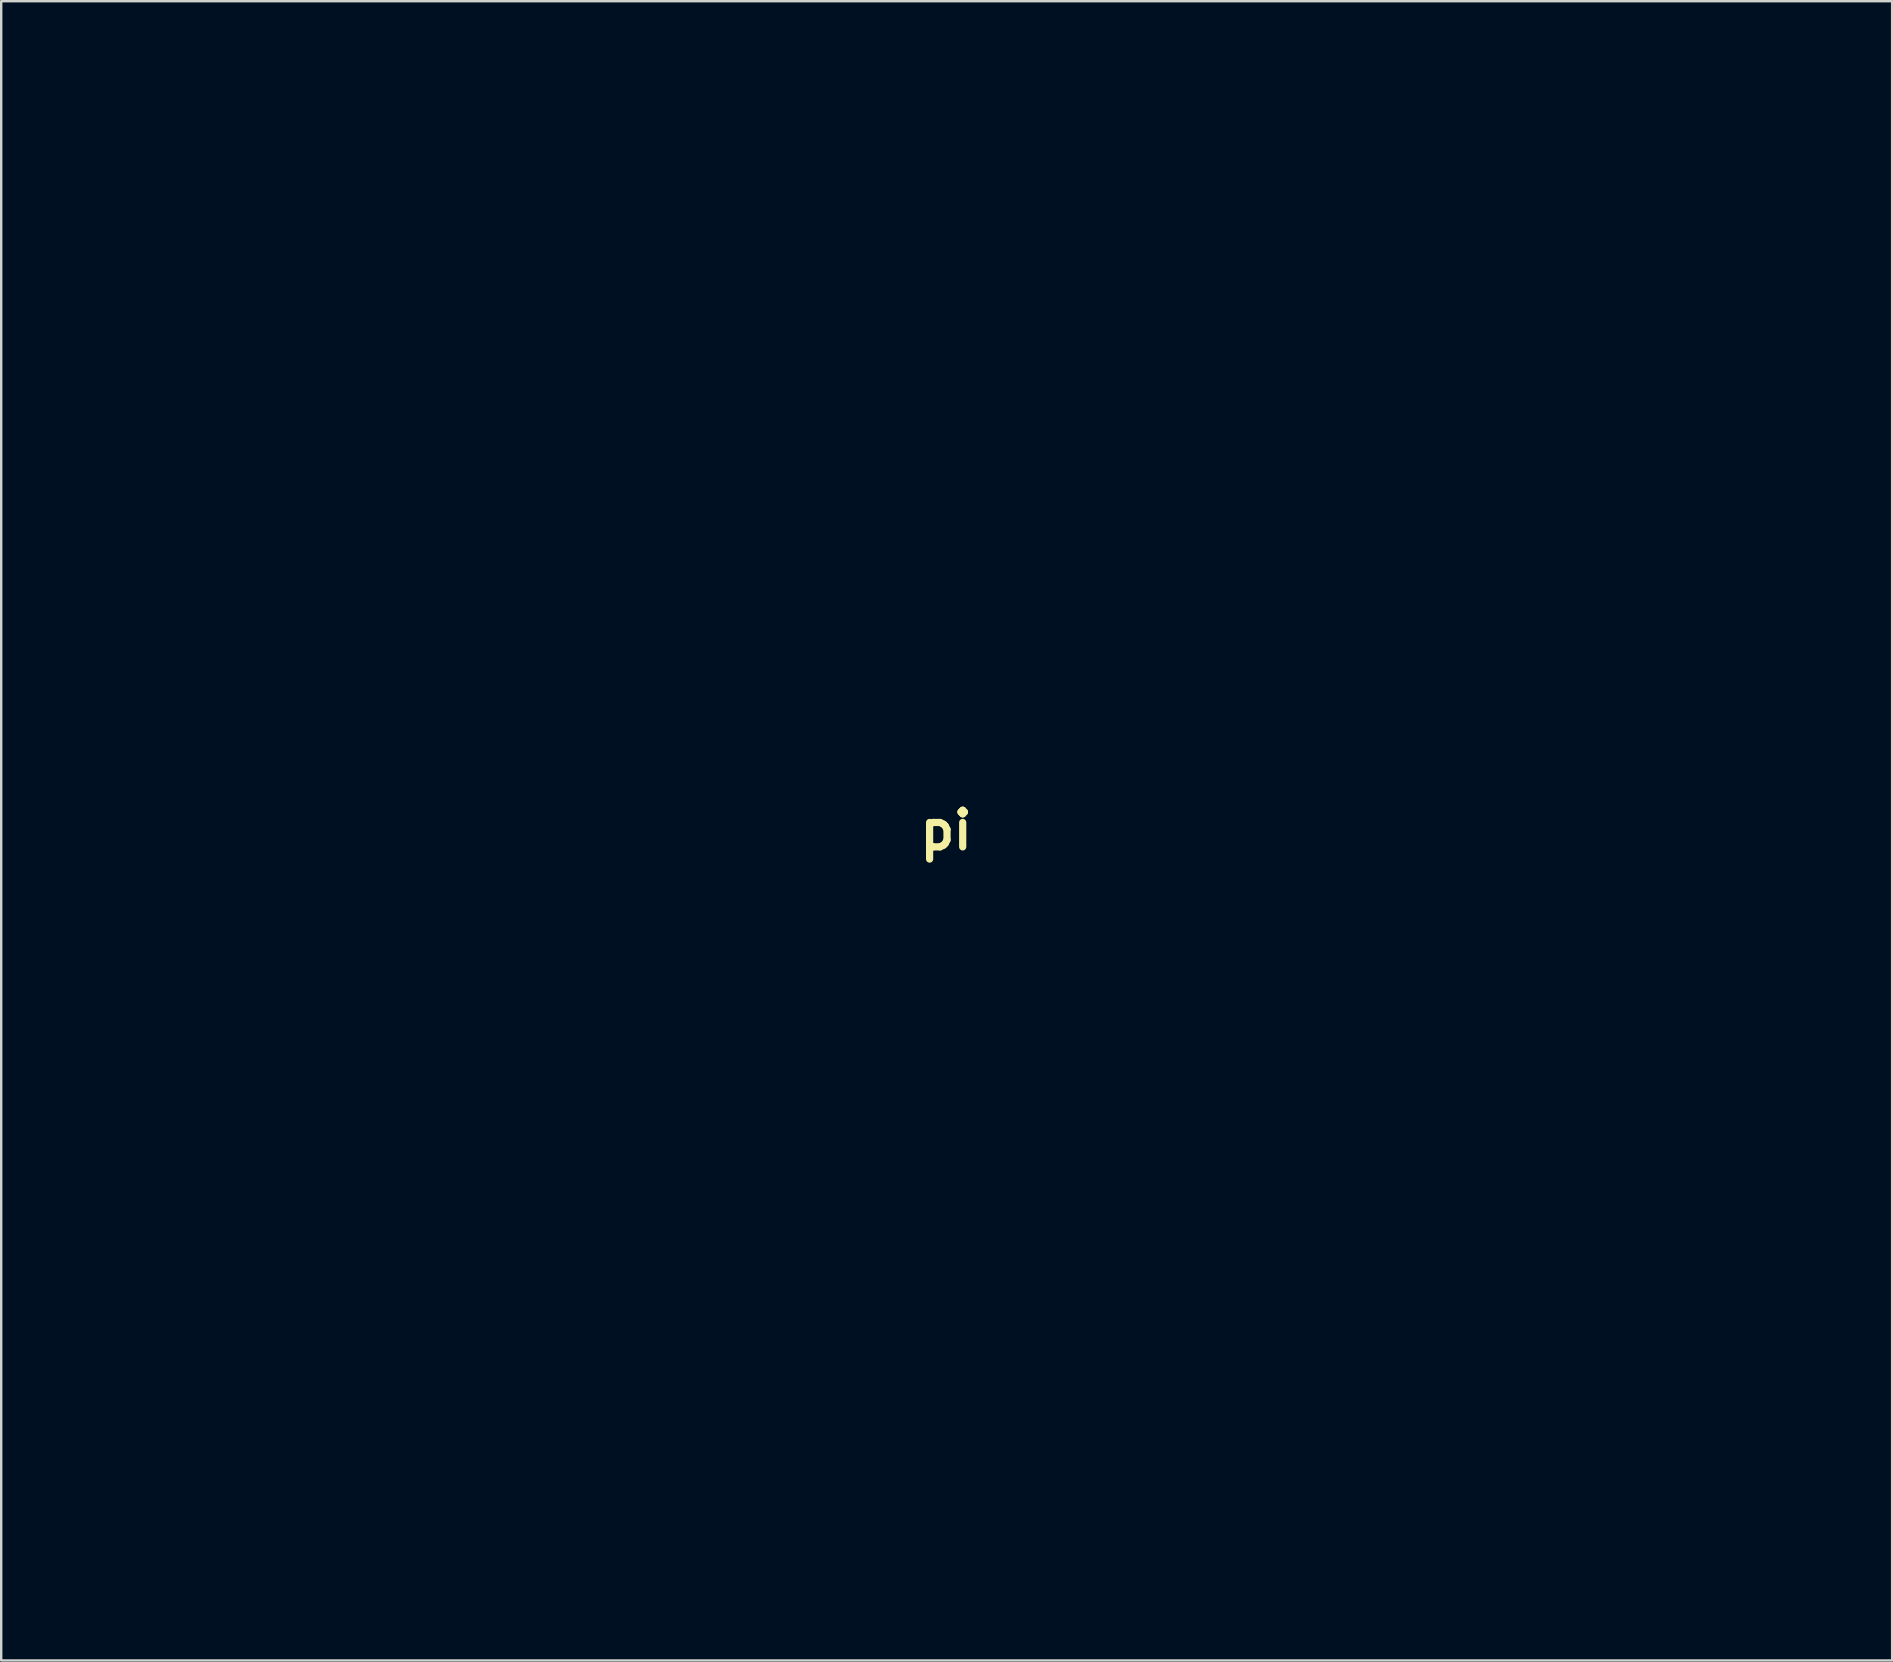
<source format=kicad_pcb>
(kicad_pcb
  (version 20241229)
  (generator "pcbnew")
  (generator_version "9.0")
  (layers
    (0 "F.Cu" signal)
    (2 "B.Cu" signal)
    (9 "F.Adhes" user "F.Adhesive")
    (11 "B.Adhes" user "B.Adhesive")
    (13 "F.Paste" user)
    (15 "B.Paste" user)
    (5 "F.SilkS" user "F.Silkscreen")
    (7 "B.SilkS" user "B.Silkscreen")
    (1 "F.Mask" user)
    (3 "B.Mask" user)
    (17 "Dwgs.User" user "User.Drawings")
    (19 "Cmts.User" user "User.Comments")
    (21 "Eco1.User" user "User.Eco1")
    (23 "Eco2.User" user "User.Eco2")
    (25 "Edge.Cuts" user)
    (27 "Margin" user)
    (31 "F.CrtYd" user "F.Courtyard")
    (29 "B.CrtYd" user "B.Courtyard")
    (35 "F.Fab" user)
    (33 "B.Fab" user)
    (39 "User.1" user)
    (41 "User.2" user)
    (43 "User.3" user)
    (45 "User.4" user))
  (footprint "pi"
    (layer "F.Cu")
    (at 36.369 31.543)
    (property "Reference" "pi" (at 0 0 0) (layer "F.SilkS") (effects (font (size 1.524 1.524) (thickness 0.3))))
    (attr through_hole)
    (fp_poly (pts (xy -13.95 -12.284) (xy -13.828 -12.137) (xy -13.815 -11.973) (xy -13.91 -11.812) (xy -14.083 -11.689) (xy -14.259 -11.651) (xy -14.288 -11.659) (xy -14.451 -11.799) (xy -14.507 -11.98) (xy -14.224 -11.98) (xy -14.182 -11.938) (xy -14.139 -11.98) (xy -14.182 -12.023) (xy -14.224 -11.98) (xy -14.507 -11.98) (xy -14.517 -12.014) (xy -14.478 -12.192) (xy -14.33 -12.33) (xy -14.135 -12.355) (xy -13.95 -12.284)) (stroke (width 0.01) (type solid)) (fill no) (layer "Eco2.User"))
    (fp_poly (pts (xy 32.639 -18.5) (xy 29.822 -18.477) (xy 29.03 -18.472) (xy 28.392 -18.471) (xy 27.894 -18.474) (xy 27.519 -18.483) (xy 27.253 -18.496) (xy 27.082 -18.516) (xy 26.989 -18.542) (xy 26.961 -18.567) (xy 26.947 -18.69) (xy 26.939 -18.946) (xy 26.936 -19.3) (xy 26.941 -19.716) (xy 26.943 -19.774) (xy 26.96 -20.574) (xy 27.263 -20.574) (xy 27.263 -18.796) (xy 32.343 -18.796) (xy 32.343 -20.574) (xy 27.263 -20.574) (xy 26.96 -20.574) (xy 26.966 -20.87) (xy 32.639 -20.87) (xy 32.639 -18.5)) (stroke (width 0.01) (type solid)) (fill no) (layer "Eco2.User"))
    (fp_poly (pts (xy -7.303 -12.764) (xy 0.381 -12.742) (xy 0.381 2.498) (xy -7.246 2.519) (xy -8.367 2.522) (xy -9.441 2.523) (xy -10.454 2.523) (xy -11.394 2.522) (xy -12.249 2.519) (xy -13.008 2.516) (xy -13.658 2.511) (xy -14.187 2.506) (xy -14.584 2.5) (xy -14.835 2.492) (xy -14.929 2.484) (xy -14.929 2.484) (xy -14.937 2.393) (xy -14.945 2.144) (xy -14.953 1.751) (xy -14.96 1.224) (xy -14.966 0.576) (xy -14.972 -0.18) (xy -14.977 -1.034) (xy -14.981 -1.972) (xy -14.984 -2.983) (xy -14.985 -4.055) (xy -14.986 -5.175) (xy -14.986 -12.446) (xy -14.647 -12.446) (xy -14.647 2.201) (xy 0.085 2.201) (xy 0.085 -12.446) (xy -14.647 -12.446) (xy -14.986 -12.446) (xy -14.986 -12.786) (xy -7.303 -12.764)) (stroke (width 0.01) (type solid)) (fill no) (layer "Eco2.User"))
    (fp_poly (pts (xy 26.077 -24.807) (xy -1.298 -24.807) (xy -3.441 -24.808) (xy -5.54 -24.808) (xy -7.589 -24.809) (xy -9.582 -24.81) (xy -11.513 -24.811) (xy -13.374 -24.813) (xy -15.161 -24.815) (xy -16.865 -24.817) (xy -18.482 -24.82) (xy -20.005 -24.823) (xy -21.427 -24.826) (xy -22.742 -24.829) (xy -23.944 -24.832) (xy -25.027 -24.836) (xy -25.984 -24.839) (xy -26.809 -24.843) (xy -27.495 -24.847) (xy -28.037 -24.851) (xy -28.427 -24.856) (xy -28.66 -24.86) (xy -28.73 -24.864) (xy -28.744 -24.959) (xy -28.756 -25.203) (xy -28.767 -25.576) (xy -28.776 -26.058) (xy -28.782 -26.627) (xy -28.786 -27.264) (xy -28.787 -27.7) (xy -28.787 -30.141) (xy -28.448 -30.141) (xy -28.448 -25.146) (xy 25.739 -25.146) (xy 25.739 -30.141) (xy -28.448 -30.141) (xy -28.787 -30.141) (xy -28.787 -30.48) (xy 26.077 -30.48) (xy 26.077 -24.807)) (stroke (width 0.01) (type solid)) (fill no) (layer "Eco2.User"))
    (fp_poly (pts (xy -31.941 -13.527) (xy -30.268 -13.504) (xy -30.247 -1.333) (xy -30.225 10.837) (xy -31.863 10.837) (xy -32.373 10.835) (xy -32.824 10.827) (xy -33.189 10.815) (xy -33.442 10.8) (xy -33.554 10.783) (xy -33.556 10.781) (xy -33.573 10.683) (xy -33.588 10.442) (xy -33.6 10.082) (xy -33.608 9.631) (xy -33.612 9.113) (xy -33.613 8.937) (xy -33.613 7.15) (xy -34.205 6.562) (xy -34.798 5.974) (xy -34.798 -8.514) (xy -34.459 -8.514) (xy -34.459 5.804) (xy -33.867 6.392) (xy -33.274 6.98) (xy -33.274 10.499) (xy -30.565 10.499) (xy -30.565 7.451) (xy -30.983 7.451) (xy -31.235 7.436) (xy -31.409 7.399) (xy -31.45 7.372) (xy -31.457 7.278) (xy -31.463 7.026) (xy -31.469 6.628) (xy -31.475 6.094) (xy -31.48 5.437) (xy -31.485 4.666) (xy -31.489 3.795) (xy -31.493 2.833) (xy -31.495 1.793) (xy -31.497 0.685) (xy -31.498 -0.478) (xy -31.499 -1.37) (xy -31.499 -9.737) (xy -31.242 -9.737) (xy -31.242 -1.369) (xy -31.241 -0.193) (xy -31.24 0.935) (xy -31.237 2.004) (xy -31.234 3.001) (xy -31.229 3.916) (xy -31.224 4.737) (xy -31.218 5.452) (xy -31.212 6.05) (xy -31.205 6.519) (xy -31.198 6.849) (xy -31.19 7.027) (xy -31.186 7.056) (xy -31.069 7.094) (xy -30.864 7.112) (xy -30.847 7.112) (xy -30.565 7.112) (xy -30.565 -9.737) (xy -31.242 -9.737) (xy -31.499 -9.737) (xy -31.499 -10.033) (xy -31.032 -10.058) (xy -30.565 -10.084) (xy -30.565 -13.208) (xy -33.274 -13.208) (xy -33.274 -9.69) (xy -33.867 -9.102) (xy -34.459 -8.514) (xy -34.798 -8.514) (xy -34.798 -8.62) (xy -34.205 -9.192) (xy -33.613 -9.764) (xy -33.613 -13.55) (xy -31.941 -13.527)) (stroke (width 0.01) (type solid)) (fill no) (layer "Eco2.User"))
    (fp_poly (pts (xy 1.349 -31.538) (xy 3.973 -31.538) (xy 6.438 -31.538) (xy 8.748 -31.538) (xy 10.91 -31.537) (xy 12.927 -31.537) (xy 14.806 -31.536) (xy 16.55 -31.535) (xy 18.166 -31.534) (xy 19.657 -31.532) (xy 21.03 -31.531) (xy 22.289 -31.529) (xy 23.44 -31.526) (xy 24.487 -31.524) (xy 25.435 -31.521) (xy 26.29 -31.517) (xy 27.056 -31.514) (xy 27.739 -31.509) (xy 28.343 -31.505) (xy 28.874 -31.499) (xy 29.337 -31.494) (xy 29.737 -31.487) (xy 30.078 -31.481) (xy 30.367 -31.473) (xy 30.607 -31.465) (xy 30.804 -31.457) (xy 30.964 -31.447) (xy 31.09 -31.437) (xy 31.189 -31.427) (xy 31.265 -31.415) (xy 31.323 -31.403) (xy 31.369 -31.391) (xy 31.382 -31.386) (xy 32.068 -31.06) (xy 32.657 -30.6) (xy 33.134 -30.022) (xy 33.458 -29.401) (xy 33.655 -28.914) (xy 33.679 -20.637) (xy 33.702 -12.361) (xy 35.56 -12.361) (xy 35.56 -12.573) (xy 35.899 -12.573) (xy 35.928 -12.414) (xy 35.983 -12.361) (xy 36.047 -12.434) (xy 36.068 -12.573) (xy 36.039 -12.732) (xy 35.983 -12.785) (xy 35.92 -12.712) (xy 35.899 -12.573) (xy 35.56 -12.573) (xy 35.56 -13.123) (xy 36.407 -13.123) (xy 36.407 2.963) (xy 35.56 2.963) (xy 35.56 2.371) (xy 35.899 2.371) (xy 35.923 2.549) (xy 35.982 2.625) (xy 35.983 2.625) (xy 36.043 2.551) (xy 36.068 2.374) (xy 36.068 2.371) (xy 36.043 2.192) (xy 35.984 2.117) (xy 35.983 2.117) (xy 35.924 2.19) (xy 35.899 2.368) (xy 35.899 2.371) (xy 35.56 2.371) (xy 35.56 2.117) (xy 33.697 2.117) (xy 33.697 13.874) (xy 33.697 15.709) (xy 33.695 17.405) (xy 33.692 18.959) (xy 33.687 20.367) (xy 33.682 21.628) (xy 33.675 22.739) (xy 33.667 23.696) (xy 33.658 24.497) (xy 33.648 25.14) (xy 33.637 25.622) (xy 33.624 25.939) (xy 33.611 26.087) (xy 33.403 26.77) (xy 33.055 27.401) (xy 32.592 27.947) (xy 32.037 28.378) (xy 31.837 28.489) (xy 31.583 28.607) (xy 31.319 28.704) (xy 31.026 28.782) (xy 30.684 28.843) (xy 30.274 28.888) (xy 29.778 28.92) (xy 29.174 28.94) (xy 28.445 28.952) (xy 27.571 28.956) (xy 27.34 28.956) (xy 24.553 28.956) (xy 24.553 31.581) (xy 21.218 31.581) (xy 20.371 31.58) (xy 19.679 31.578) (xy 19.124 31.574) (xy 18.693 31.566) (xy 18.37 31.556) (xy 18.138 31.541) (xy 17.984 31.522) (xy 17.891 31.497) (xy 17.844 31.467) (xy 17.831 31.447) (xy 17.813 31.316) (xy 17.797 31.052) (xy 17.786 30.688) (xy 17.78 30.261) (xy 17.78 30.134) (xy 17.78 28.956) (xy 18.119 28.956) (xy 18.119 31.242) (xy 24.299 31.242) (xy 24.299 28.956) (xy 18.119 28.956) (xy 17.78 28.956) (xy 6.096 28.956) (xy 6.096 29.671) (xy 6.087 30.002) (xy 6.064 30.265) (xy 6.031 30.416) (xy 6.017 30.434) (xy 5.923 30.441) (xy 5.671 30.448) (xy 5.274 30.454) (xy 4.743 30.46) (xy 4.091 30.466) (xy 3.329 30.47) (xy 2.469 30.474) (xy 1.523 30.478) (xy 0.503 30.48) (xy -0.578 30.482) (xy -1.71 30.483) (xy -1.92 30.483) (xy -9.779 30.483) (xy -9.803 29.72) (xy -9.828 28.956) (xy -9.483 28.956) (xy -9.483 30.227) (xy 5.715 30.184) (xy 5.74 29.57) (xy 5.765 28.956) (xy -9.483 28.956) (xy -9.828 28.956) (xy -15.243 28.956) (xy -16.354 28.956) (xy -17.306 28.958) (xy -18.112 28.961) (xy -18.783 28.965) (xy -19.33 28.972) (xy -19.765 28.98) (xy -20.099 28.991) (xy -20.344 29.004) (xy -20.51 29.02) (xy -20.61 29.039) (xy -20.654 29.062) (xy -20.659 29.074) (xy -20.59 29.204) (xy -20.527 29.242) (xy -20.448 29.318) (xy -20.417 29.489) (xy -20.421 29.738) (xy -20.447 30.184) (xy -29.337 30.184) (xy -29.363 29.732) (xy -29.363 29.718) (xy -29.041 29.718) (xy -29.037 29.757) (xy -29.017 29.789) (xy -28.967 29.815) (xy -28.873 29.836) (xy -28.72 29.853) (xy -28.495 29.866) (xy -28.184 29.875) (xy -27.773 29.881) (xy -27.248 29.884) (xy -26.595 29.886) (xy -25.8 29.887) (xy -24.892 29.887) (xy -23.948 29.887) (xy -23.159 29.886) (xy -22.511 29.884) (xy -21.991 29.88) (xy -21.585 29.874) (xy -21.278 29.865) (xy -21.056 29.852) (xy -20.906 29.836) (xy -20.814 29.814) (xy -20.765 29.788) (xy -20.746 29.755) (xy -20.743 29.718) (xy -20.747 29.679) (xy -20.767 29.647) (xy -20.817 29.621) (xy -20.911 29.6) (xy -21.064 29.583) (xy -21.289 29.57) (xy -21.6 29.561) (xy -22.011 29.555) (xy -22.536 29.552) (xy -23.189 29.55) (xy -23.984 29.549) (xy -24.892 29.549) (xy -25.836 29.549) (xy -26.625 29.55) (xy -27.273 29.552) (xy -27.793 29.556) (xy -28.199 29.562) (xy -28.506 29.571) (xy -28.728 29.584) (xy -28.878 29.6) (xy -28.97 29.622) (xy -29.019 29.648) (xy -29.038 29.681) (xy -29.041 29.718) (xy -29.363 29.718) (xy -29.37 29.465) (xy -29.343 29.321) (xy -29.268 29.253) (xy -29.215 29.236) (xy -29.075 29.151) (xy -29.045 29.083) (xy -28.702 29.083) (xy -28.685 29.113) (xy -28.627 29.138) (xy -28.511 29.159) (xy -28.326 29.175) (xy -28.056 29.188) (xy -27.688 29.197) (xy -27.208 29.203) (xy -26.602 29.207) (xy -25.856 29.209) (xy -24.956 29.21) (xy -24.85 29.21) (xy -23.932 29.209) (xy -23.171 29.208) (xy -22.55 29.204) (xy -22.057 29.198) (xy -21.678 29.189) (xy -21.398 29.177) (xy -21.204 29.161) (xy -21.082 29.141) (xy -21.018 29.116) (xy -20.998 29.087) (xy -20.997 29.083) (xy -21.014 29.053) (xy -21.073 29.028) (xy -21.188 29.007) (xy -21.374 28.991) (xy -21.643 28.978) (xy -22.011 28.969) (xy -22.491 28.963) (xy -23.097 28.959) (xy -23.843 28.957) (xy -24.743 28.956) (xy -24.85 28.956) (xy -25.767 28.957) (xy -26.529 28.958) (xy -27.149 28.962) (xy -27.642 28.968) (xy -28.021 28.977) (xy -28.301 28.989) (xy -28.495 29.005) (xy -28.617 29.025) (xy -28.681 29.05) (xy -28.702 29.079) (xy -28.702 29.083) (xy -29.045 29.083) (xy -29.041 29.073) (xy -29.067 29.035) (xy -29.159 29.005) (xy -29.333 28.984) (xy -29.61 28.969) (xy -30.007 28.961) (xy -30.543 28.957) (xy -30.982 28.956) (xy -31.874 28.948) (xy -32.618 28.92) (xy -33.238 28.868) (xy -33.753 28.785) (xy -34.187 28.668) (xy -34.305 28.618) (xy -9.483 28.618) (xy -1.884 28.597) (xy 5.715 28.575) (xy 5.715 17.484) (xy -1.884 17.462) (xy -9.483 17.44) (xy -9.483 28.618) (xy -34.305 28.618) (xy -34.561 28.511) (xy -34.896 28.308) (xy -35.214 28.055) (xy -35.351 27.93) (xy -35.788 27.43) (xy -36.092 26.93) (xy -36.364 26.374) (xy -36.364 20.701) (xy -35.306 20.701) (xy -35.264 20.743) (xy -35.221 20.701) (xy -35.264 20.659) (xy -35.306 20.701) (xy -36.364 20.701) (xy -36.364 20.235) (xy -35.702 20.235) (xy -35.698 20.468) (xy -35.686 20.572) (xy -35.67 20.527) (xy -35.668 20.511) (xy -35.654 20.214) (xy -35.668 19.96) (xy -35.685 19.897) (xy -35.306 19.897) (xy -35.275 19.966) (xy -35.25 19.953) (xy -35.239 19.853) (xy -35.25 19.84) (xy -35.3 19.852) (xy -35.306 19.897) (xy -35.685 19.897) (xy -35.685 19.896) (xy -35.697 19.983) (xy -35.702 20.201) (xy -35.702 20.235) (xy -36.364 20.235) (xy -36.364 16.806) (xy -35.306 16.806) (xy -35.264 16.849) (xy -35.221 16.806) (xy -35.264 16.764) (xy -35.306 16.806) (xy -36.364 16.806) (xy -36.364 16.383) (xy -35.702 16.383) (xy -35.698 16.63) (xy -35.687 16.752) (xy -35.672 16.73) (xy -35.668 16.702) (xy -35.654 16.422) (xy -35.666 16.121) (xy -35.668 16.11) (xy -35.683 16.03) (xy -35.695 16.102) (xy -35.701 16.311) (xy -35.702 16.383) (xy -36.364 16.383) (xy -36.364 16.002) (xy -35.306 16.002) (xy -35.275 16.072) (xy -35.25 16.058) (xy -35.239 15.958) (xy -35.25 15.946) (xy -35.3 15.957) (xy -35.306 16.002) (xy -36.364 16.002) (xy -36.364 15.651) (xy -36.069 15.651) (xy -35.812 15.523) (xy -35.579 15.447) (xy -35.265 15.396) (xy -35.07 15.382) (xy -34.586 15.371) (xy -34.586 17.399) (xy -34.983 17.425) (xy -35.478 17.377) (xy -35.724 17.284) (xy -36.068 17.118) (xy -36.068 19.555) (xy -35.762 19.383) (xy -35.446 19.26) (xy -35.073 19.234) (xy -35.021 19.236) (xy -34.586 19.262) (xy -34.586 21.29) (xy -35.085 21.278) (xy -35.413 21.25) (xy -35.613 21.189) (xy -35.655 21.153) (xy -35.716 21.095) (xy -35.728 21.12) (xy -35.775 21.141) (xy -35.831 21.099) (xy -35.957 21.01) (xy -36.004 20.997) (xy -36.02 21.079) (xy -36.034 21.309) (xy -36.045 21.668) (xy -36.051 22.136) (xy -36.054 22.691) (xy -36.053 23.315) (xy -36.05 23.643) (xy -36.026 26.289) (xy -35.803 26.765) (xy -35.431 27.38) (xy -34.951 27.866) (xy -34.429 28.194) (xy -34.172 28.31) (xy -33.909 28.402) (xy -33.619 28.473) (xy -33.276 28.526) (xy -32.857 28.562) (xy -32.339 28.586) (xy -31.697 28.6) (xy -30.967 28.607) (xy -29.041 28.617) (xy -29.041 23.876) (xy -28.702 23.876) (xy -28.702 28.617) (xy -20.997 28.617) (xy -20.997 23.876) (xy -28.702 23.876) (xy -29.041 23.876) (xy -29.041 23.536) (xy -24.871 23.558) (xy -20.701 23.58) (xy -20.679 26.099) (xy -20.656 28.617) (xy -9.823 28.617) (xy -9.801 22.901) (xy -9.779 17.185) (xy -1.92 17.185) (xy -0.781 17.185) (xy 0.311 17.187) (xy 1.343 17.189) (xy 2.303 17.192) (xy 3.18 17.196) (xy 3.96 17.201) (xy 4.634 17.206) (xy 5.187 17.212) (xy 5.61 17.218) (xy 5.889 17.225) (xy 6.012 17.232) (xy 6.017 17.233) (xy 6.033 17.326) (xy 6.046 17.579) (xy 6.059 17.982) (xy 6.07 18.525) (xy 6.079 19.2) (xy 6.086 19.996) (xy 6.092 20.905) (xy 6.095 21.916) (xy 6.096 22.95) (xy 6.096 28.617) (xy 8.314 28.617) (xy 9.008 28.616) (xy 9.547 28.61) (xy 9.945 28.601) (xy 10.217 28.586) (xy 10.376 28.565) (xy 10.437 28.538) (xy 10.431 28.516) (xy 10.418 28.42) (xy 10.406 28.166) (xy 10.394 27.767) (xy 10.383 27.234) (xy 10.374 26.578) (xy 10.365 25.811) (xy 10.356 24.945) (xy 10.349 23.992) (xy 10.343 22.962) (xy 10.337 21.868) (xy 10.333 20.72) (xy 10.329 19.532) (xy 10.326 18.314) (xy 10.324 17.079) (xy 10.323 15.836) (xy 10.323 14.599) (xy 10.324 13.379) (xy 10.326 12.187) (xy 10.329 11.036) (xy 10.332 9.936) (xy 10.337 8.899) (xy 10.343 7.959) (xy 10.668 7.959) (xy 10.668 24.807) (xy 11.345 24.807) (xy 11.345 7.959) (xy 10.668 7.959) (xy 10.343 7.959) (xy 10.343 7.938) (xy 10.345 7.611) (xy 10.664 7.611) (xy 11.133 7.637) (xy 11.602 7.662) (xy 11.602 25.104) (xy 11.135 25.129) (xy 10.668 25.154) (xy 10.668 28.283) (xy 12.044 28.26) (xy 13.42 28.236) (xy 13.442 26.454) (xy 13.465 24.672) (xy 14.014 24.128) (xy 14.563 23.585) (xy 14.563 9.218) (xy 13.972 8.614) (xy 13.381 8.01) (xy 13.358 6.27) (xy 13.335 4.53) (xy 10.71 4.53) (xy 10.687 6.071) (xy 10.664 7.611) (xy 10.345 7.611) (xy 10.349 7.062) (xy 10.357 6.285) (xy 10.366 5.618) (xy 10.375 5.072) (xy 10.386 4.659) (xy 10.398 4.391) (xy 10.411 4.279) (xy 10.413 4.277) (xy 10.524 4.259) (xy 10.771 4.245) (xy 11.121 4.235) (xy 11.539 4.228) (xy 11.993 4.226) (xy 12.449 4.228) (xy 12.874 4.234) (xy 13.235 4.243) (xy 13.497 4.257) (xy 13.627 4.274) (xy 13.633 4.277) (xy 13.661 4.377) (xy 13.684 4.63) (xy 13.701 5.019) (xy 13.712 5.527) (xy 13.716 6.124) (xy 13.716 7.921) (xy 14.309 8.509) (xy 14.901 9.097) (xy 14.901 16.383) (xy 14.901 23.669) (xy 13.711 24.85) (xy 13.719 26.733) (xy 13.727 28.617) (xy 17.271 28.617) (xy 17.293 21.907) (xy 17.313 15.494) (xy 17.611 15.494) (xy 17.611 28.533) (xy 24.807 28.533) (xy 24.807 15.494) (xy 17.611 15.494) (xy 17.313 15.494) (xy 17.314 15.198) (xy 25.104 15.198) (xy 25.147 28.631) (xy 27.919 28.597) (xy 28.706 28.586) (xy 29.344 28.574) (xy 29.852 28.56) (xy 30.249 28.543) (xy 30.556 28.521) (xy 30.792 28.494) (xy 30.977 28.461) (xy 31.131 28.419) (xy 31.149 28.413) (xy 31.829 28.109) (xy 32.399 27.678) (xy 32.854 27.121) (xy 33.079 26.712) (xy 33.316 26.204) (xy 33.339 14.161) (xy 33.361 2.118) (xy 27.116 2.096) (xy 20.87 2.074) (xy 20.87 -12.023) (xy 21.167 -12.023) (xy 21.167 1.778) (xy 33.359 1.778) (xy 33.359 -12.023) (xy 33.697 -12.023) (xy 33.697 1.778) (xy 36.068 1.778) (xy 36.068 -12.023) (xy 33.697 -12.023) (xy 33.359 -12.023) (xy 21.167 -12.023) (xy 20.87 -12.023) (xy 20.87 -12.319) (xy 33.363 -12.362) (xy 33.316 -28.914) (xy 33.079 -29.422) (xy 32.717 -30.012) (xy 32.234 -30.518) (xy 31.666 -30.902) (xy 31.548 -30.961) (xy 31.03 -31.2) (xy -33.824 -31.2) (xy -34.3 -30.977) (xy -34.905 -30.613) (xy -35.39 -30.139) (xy -35.738 -29.614) (xy -36.026 -29.083) (xy -36.069 15.651) (xy -36.364 15.651) (xy -36.364 -29.087) (xy -36.088 -29.649) (xy -35.749 -30.187) (xy -35.303 -30.68) (xy -34.793 -31.085) (xy -34.314 -31.341) (xy -33.824 -31.538) (xy -1.439 -31.538) (xy 1.349 -31.538)) (stroke (width 0.01) (type solid)) (fill no) (layer "Eco2.User")))
  (gr_rect
    (start -3 -3)
    (end 75.781 66.129)
    (stroke (width 0.1) (type default))
    (fill no)
    (layer "Edge.Cuts")))
</source>
